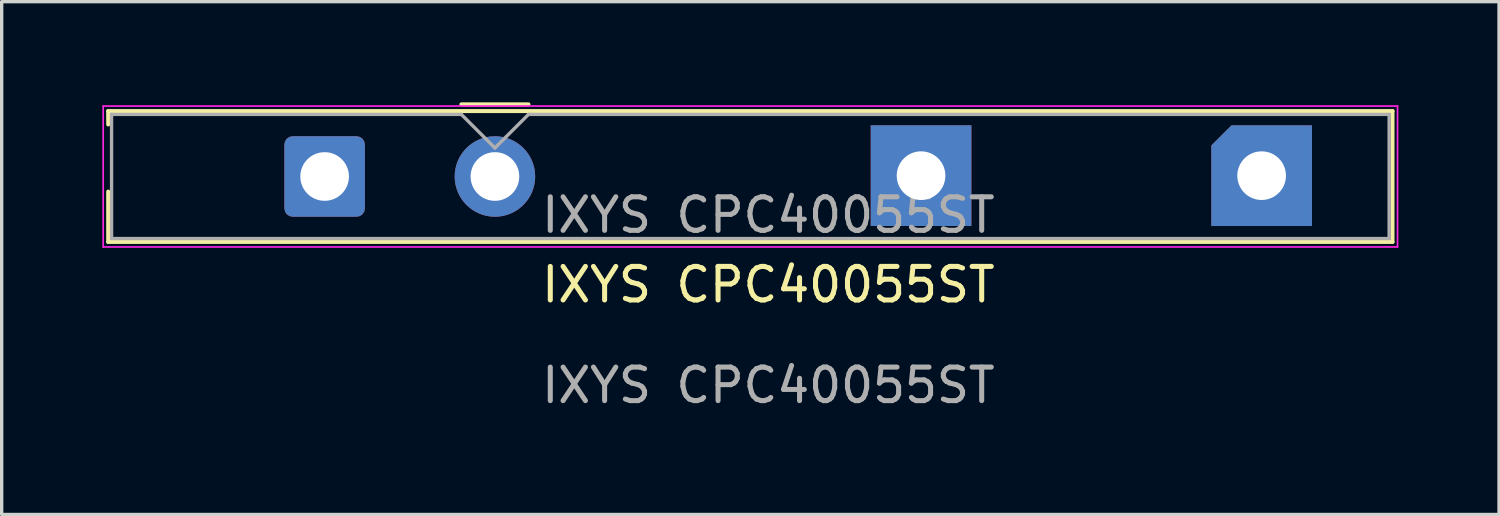
<source format=kicad_pcb>
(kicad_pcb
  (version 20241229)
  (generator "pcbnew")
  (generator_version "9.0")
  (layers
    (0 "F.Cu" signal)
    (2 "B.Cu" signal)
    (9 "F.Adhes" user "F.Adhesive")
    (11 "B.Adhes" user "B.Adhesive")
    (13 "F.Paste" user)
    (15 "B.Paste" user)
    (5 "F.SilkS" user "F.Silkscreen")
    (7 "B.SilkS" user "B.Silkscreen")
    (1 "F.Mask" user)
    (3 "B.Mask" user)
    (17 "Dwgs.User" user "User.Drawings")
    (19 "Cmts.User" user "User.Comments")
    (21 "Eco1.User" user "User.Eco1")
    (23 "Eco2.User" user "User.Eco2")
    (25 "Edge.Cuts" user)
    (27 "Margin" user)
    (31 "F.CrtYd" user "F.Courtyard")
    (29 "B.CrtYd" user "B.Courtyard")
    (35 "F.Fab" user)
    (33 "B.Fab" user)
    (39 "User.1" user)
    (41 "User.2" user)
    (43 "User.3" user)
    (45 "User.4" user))
  (footprint "IXYS CPC40055ST"
    (layer "F.Cu")
    (at 19.85 5.935)
    (property "Reference" "IXYS CPC40055ST" (at 0 -0.5 0) (unlocked yes) (layer "F.SilkS") (effects (font (size 1 1) (thickness 0.15))))
    (attr through_hole)
    (fp_line (start -19.675 -5.675) (end -19.675 -5.275) (stroke (width 0.12) (type solid)) (layer "F.SilkS"))
    (fp_line (start -19.675 -5.675) (end 18.6 -5.675) (stroke (width 0.12) (type solid)) (layer "F.SilkS"))
    (fp_line (start -19.675 -1.775) (end -19.675 -3.275) (stroke (width 0.12) (type solid)) (layer "F.SilkS"))
    (fp_line (start -7.15 -5.875) (end -9.15 -5.875) (stroke (width 0.12) (type solid)) (layer "F.SilkS"))
    (fp_line (start 18.6 -5.675) (end 18.6 -1.775) (stroke (width 0.12) (type solid)) (layer "F.SilkS"))
    (fp_line (start 18.6 -1.775) (end -19.675 -1.775) (stroke (width 0.12) (type solid)) (layer "F.SilkS"))
    (fp_line (start -19.825 -5.825) (end -19.825 -1.625) (stroke (width 0.05) (type solid)) (layer "F.CrtYd"))
    (fp_line (start -19.825 -5.825) (end 18.75 -5.825) (stroke (width 0.05) (type solid)) (layer "F.CrtYd"))
    (fp_line (start 18.75 -1.625) (end -19.825 -1.625) (stroke (width 0.05) (type solid)) (layer "F.CrtYd"))
    (fp_line (start 18.75 -1.625) (end 18.75 -5.825) (stroke (width 0.05) (type solid)) (layer "F.CrtYd"))
    (fp_line (start -19.575 -5.575) (end -9.15 -5.575) (stroke (width 0.1) (type solid)) (layer "F.Fab"))
    (fp_line (start -19.575 -1.875) (end -19.575 -5.575) (stroke (width 0.1) (type solid)) (layer "F.Fab"))
    (fp_line (start -8.15 -4.575) (end -9.15 -5.575) (stroke (width 0.1) (type solid)) (layer "F.Fab"))
    (fp_line (start -8.15 -4.575) (end -7.15 -5.575) (stroke (width 0.1) (type solid)) (layer "F.Fab"))
    (fp_line (start -7.15 -5.575) (end 18.5 -5.575) (stroke (width 0.1) (type solid)) (layer "F.Fab"))
    (fp_line (start 18.5 -5.575) (end 18.5 -1.875) (stroke (width 0.1) (type solid)) (layer "F.Fab"))
    (fp_line (start 18.5 -1.875) (end -19.575 -1.875) (stroke (width 0.1) (type solid)) (layer "F.Fab"))
    (fp_text user "${REFERENCE}" (at 0 2.5 0) (unlocked yes) (layer "F.Fab") (effects (font (size 1 1) (thickness 0.15))))
    (fp_text user "${REFERENCE}" (at 0 -2.575 0) (layer "F.Fab") (effects (font (size 1 1) (thickness 0.15))))
    (pad "1" thru_hole roundrect (at 14.7 -3.75) (size 3 3) (drill 1.45) (layers "*.Cu" "*.Mask") (roundrect_rratio 0) (chamfer_ratio 0.2) (chamfer top_left))
    (pad "2" thru_hole rect (at 4.55 -3.75) (size 3 3) (drill 1.45) (layers "*.Cu" "*.Mask"))
    (pad "3" thru_hole circle (at -8.15 -3.725) (size 2.4 2.4) (drill 1.45) (layers "*.Cu" "*.Mask"))
    (pad "4" thru_hole roundrect (at -13.225 -3.725) (size 2.4 2.4) (drill 1.45) (layers "*.Cu" "*.Mask") (roundrect_rratio 0.104)))
  (gr_rect
    (start -3 -3)
    (end 41.625 12.283)
    (stroke (width 0.1) (type default))
    (fill no)
    (layer "Edge.Cuts")))
</source>
